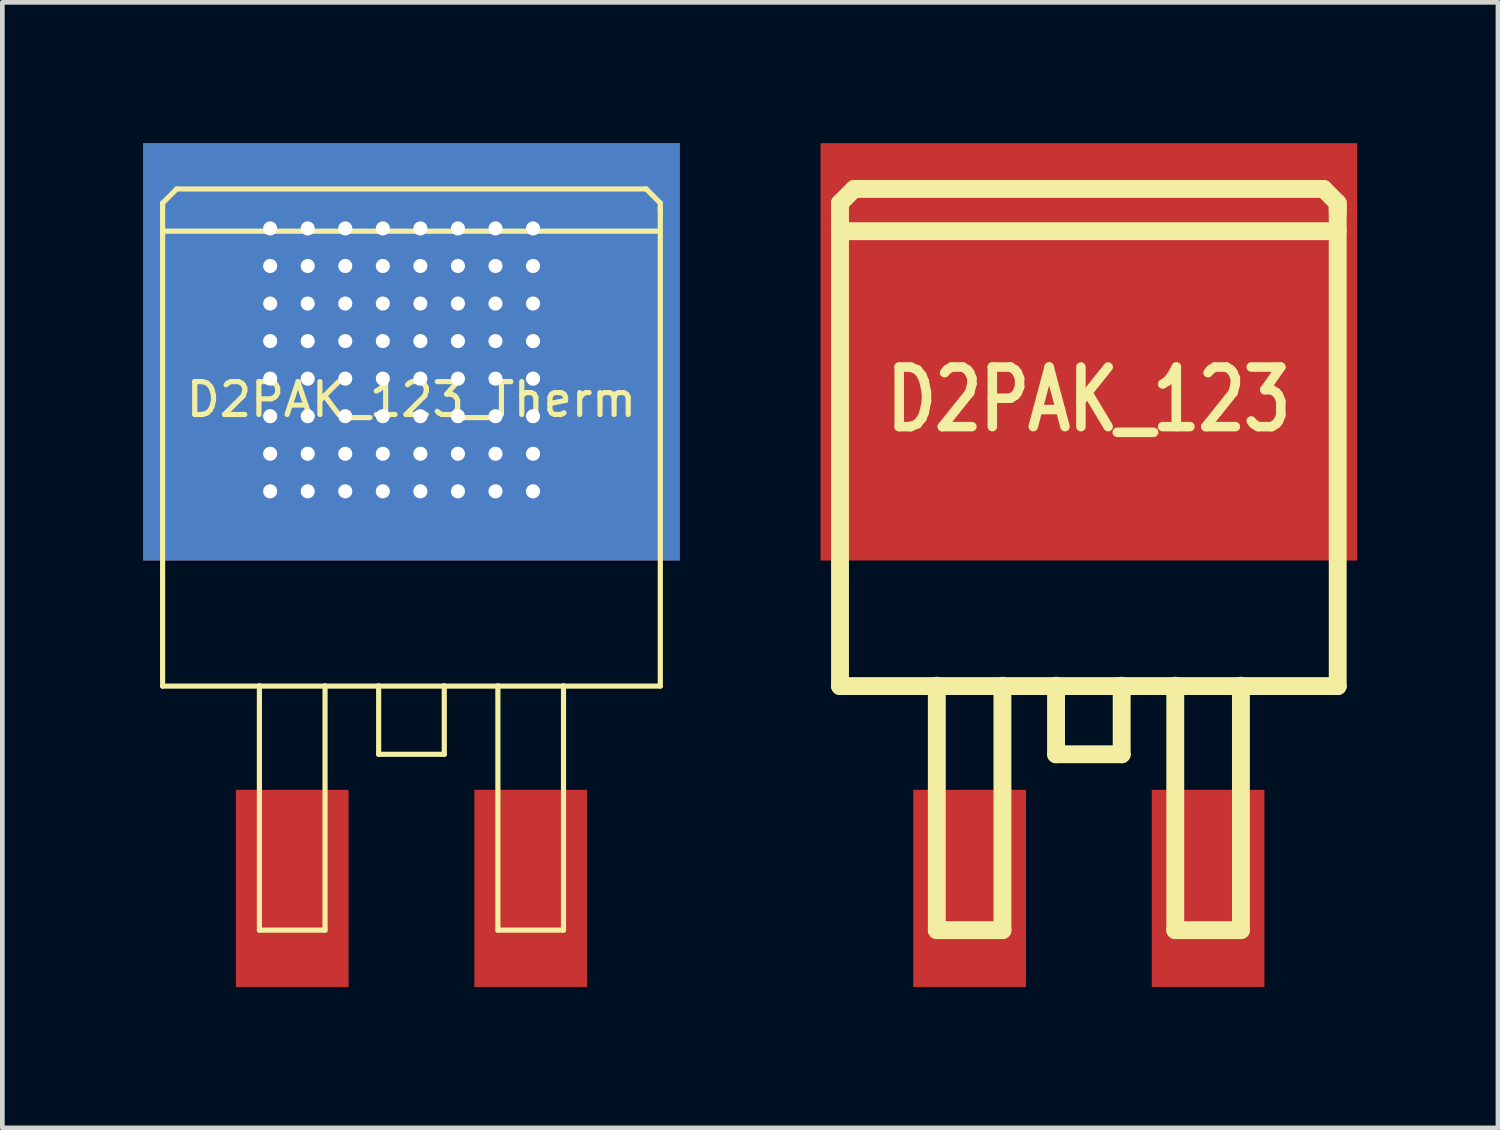
<source format=kicad_pcb>
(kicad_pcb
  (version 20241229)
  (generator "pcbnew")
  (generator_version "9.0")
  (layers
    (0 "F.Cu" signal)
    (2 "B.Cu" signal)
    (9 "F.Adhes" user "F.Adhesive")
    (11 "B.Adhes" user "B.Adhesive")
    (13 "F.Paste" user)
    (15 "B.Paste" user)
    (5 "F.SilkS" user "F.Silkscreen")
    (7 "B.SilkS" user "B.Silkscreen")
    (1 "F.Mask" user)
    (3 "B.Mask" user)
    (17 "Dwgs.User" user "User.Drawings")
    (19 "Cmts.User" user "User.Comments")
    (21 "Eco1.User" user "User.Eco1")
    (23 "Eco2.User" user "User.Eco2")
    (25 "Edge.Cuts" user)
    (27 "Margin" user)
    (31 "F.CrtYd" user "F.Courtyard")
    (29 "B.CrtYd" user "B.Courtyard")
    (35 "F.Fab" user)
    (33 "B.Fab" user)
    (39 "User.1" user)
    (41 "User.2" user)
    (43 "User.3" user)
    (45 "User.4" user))
  (footprint "D2PAK_123"
    (layer "F.Cu")
    (at 20.145 15.875)
    (property "Reference" "D2PAK_123" (at 0 -10.414 0) (layer "F.SilkS") (effects (font (size 1.27 1.016) (thickness 0.203))))
    (attr smd)
    (fp_line (start -5.301 -14.6) (end -5.001 -14.9) (stroke (width 0.381) (type solid)) (layer "F.SilkS"))
    (fp_line (start -5.301 -14.511) (end -5.301 -4.31) (stroke (width 0.381) (type solid)) (layer "F.SilkS"))
    (fp_line (start -5.301 -14.501) (end -5.301 -14.6) (stroke (width 0.381) (type solid)) (layer "F.SilkS"))
    (fp_line (start -5.301 -14) (end 5.301 -14) (stroke (width 0.381) (type solid)) (layer "F.SilkS"))
    (fp_line (start -5.301 -4.31) (end 5.301 -4.31) (stroke (width 0.381) (type solid)) (layer "F.SilkS"))
    (fp_line (start -5.001 -14.9) (end 5.001 -14.9) (stroke (width 0.381) (type solid)) (layer "F.SilkS"))
    (fp_line (start -3.239 -4.318) (end -3.239 0.889) (stroke (width 0.381) (type solid)) (layer "F.SilkS"))
    (fp_line (start -3.239 0.889) (end -1.841 0.889) (stroke (width 0.381) (type solid)) (layer "F.SilkS"))
    (fp_line (start -1.841 0.889) (end -1.841 -4.318) (stroke (width 0.381) (type solid)) (layer "F.SilkS"))
    (fp_line (start -0.699 -4.318) (end -0.699 -2.857) (stroke (width 0.381) (type solid)) (layer "F.SilkS"))
    (fp_line (start -0.699 -2.857) (end 0.699 -2.857) (stroke (width 0.381) (type solid)) (layer "F.SilkS"))
    (fp_line (start 0.699 -2.857) (end 0.699 -4.318) (stroke (width 0.381) (type solid)) (layer "F.SilkS"))
    (fp_line (start 1.841 -4.318) (end 1.841 0.889) (stroke (width 0.381) (type solid)) (layer "F.SilkS"))
    (fp_line (start 1.841 0.889) (end 3.239 0.889) (stroke (width 0.381) (type solid)) (layer "F.SilkS"))
    (fp_line (start 3.239 0.889) (end 3.239 -4.318) (stroke (width 0.381) (type solid)) (layer "F.SilkS"))
    (fp_line (start 5.001 -14.9) (end 5.301 -14.6) (stroke (width 0.381) (type solid)) (layer "F.SilkS"))
    (fp_line (start 5.301 -14.6) (end 5.301 -14.399) (stroke (width 0.381) (type solid)) (layer "F.SilkS"))
    (fp_line (start 5.301 -4.31) (end 5.301 -14.511) (stroke (width 0.381) (type solid)) (layer "F.SilkS"))
    (pad "1" smd rect (at -2.54 0) (size 2.4 4.201) (layers "F.Cu" "F.Mask" "F.Paste"))
    (pad "2" smd rect (at 0 -11.43) (size 11.43 8.89) (layers "F.Cu" "F.Mask" "F.Paste"))
    (pad "3" smd rect (at 2.54 0) (size 2.4 4.201) (layers "F.Cu" "F.Mask" "F.Paste")))
  (footprint "D2PAK_123_Therm"
    (layer "F.Cu")
    (at 5.715 15.875)
    (property "Reference" "D2PAK_123_Therm" (at 0 -10.414 180) (layer "F.SilkS") (effects (font (size 0.7 0.7) (thickness 0.11))))
    (attr smd)
    (fp_line (start -5.301 -14.6) (end -5.001 -14.9) (stroke (width 0.11) (type solid)) (layer "F.SilkS"))
    (fp_line (start -5.301 -14.511) (end -5.301 -4.31) (stroke (width 0.11) (type solid)) (layer "F.SilkS"))
    (fp_line (start -5.301 -14.501) (end -5.301 -14.6) (stroke (width 0.11) (type solid)) (layer "F.SilkS"))
    (fp_line (start -5.301 -14) (end 5.301 -14) (stroke (width 0.11) (type solid)) (layer "F.SilkS"))
    (fp_line (start -5.301 -4.31) (end 5.301 -4.31) (stroke (width 0.11) (type solid)) (layer "F.SilkS"))
    (fp_line (start -5.001 -14.9) (end 5.001 -14.9) (stroke (width 0.11) (type solid)) (layer "F.SilkS"))
    (fp_line (start -3.239 -4.318) (end -3.239 0.889) (stroke (width 0.11) (type solid)) (layer "F.SilkS"))
    (fp_line (start -3.239 0.889) (end -1.841 0.889) (stroke (width 0.11) (type solid)) (layer "F.SilkS"))
    (fp_line (start -1.841 0.889) (end -1.841 -4.318) (stroke (width 0.11) (type solid)) (layer "F.SilkS"))
    (fp_line (start -0.699 -4.318) (end -0.699 -2.857) (stroke (width 0.11) (type solid)) (layer "F.SilkS"))
    (fp_line (start -0.699 -2.857) (end 0.699 -2.857) (stroke (width 0.11) (type solid)) (layer "F.SilkS"))
    (fp_line (start 0.699 -2.857) (end 0.699 -4.318) (stroke (width 0.11) (type solid)) (layer "F.SilkS"))
    (fp_line (start 1.841 -4.318) (end 1.841 0.889) (stroke (width 0.11) (type solid)) (layer "F.SilkS"))
    (fp_line (start 1.841 0.889) (end 3.239 0.889) (stroke (width 0.11) (type solid)) (layer "F.SilkS"))
    (fp_line (start 3.239 0.889) (end 3.239 -4.318) (stroke (width 0.11) (type solid)) (layer "F.SilkS"))
    (fp_line (start 5.001 -14.9) (end 5.301 -14.6) (stroke (width 0.11) (type solid)) (layer "F.SilkS"))
    (fp_line (start 5.301 -14.6) (end 5.301 -14.399) (stroke (width 0.11) (type solid)) (layer "F.SilkS"))
    (fp_line (start 5.301 -4.31) (end 5.301 -14.511) (stroke (width 0.11) (type solid)) (layer "F.SilkS"))
    (pad "1" smd rect (at -2.54 0) (size 2.4 4.201) (layers "F.Cu" "F.Mask" "F.Paste"))
    (pad "2" thru_hole circle (at -3.01 -14.059) (size 0.6 0.6) (drill 0.3) (layers "*.Cu" "*.Mask"))
    (pad "2" thru_hole circle (at -3.01 -13.259) (size 0.6 0.6) (drill 0.3) (layers "*.Cu" "*.Mask"))
    (pad "2" thru_hole circle (at -3.01 -12.459) (size 0.6 0.6) (drill 0.3) (layers "*.Cu" "*.Mask"))
    (pad "2" thru_hole circle (at -3.01 -11.659) (size 0.6 0.6) (drill 0.3) (layers "*.Cu" "*.Mask"))
    (pad "2" thru_hole circle (at -3.01 -10.859) (size 0.6 0.6) (drill 0.3) (layers "*.Cu" "*.Mask"))
    (pad "2" thru_hole circle (at -3.01 -10.059) (size 0.6 0.6) (drill 0.3) (layers "*.Cu" "*.Mask"))
    (pad "2" thru_hole circle (at -3.01 -9.259) (size 0.6 0.6) (drill 0.3) (layers "*.Cu" "*.Mask"))
    (pad "2" thru_hole circle (at -3.01 -8.459) (size 0.6 0.6) (drill 0.3) (layers "*.Cu" "*.Mask"))
    (pad "2" thru_hole circle (at -2.21 -14.059) (size 0.6 0.6) (drill 0.3) (layers "*.Cu" "*.Mask"))
    (pad "2" thru_hole circle (at -2.21 -13.259) (size 0.6 0.6) (drill 0.3) (layers "*.Cu" "*.Mask"))
    (pad "2" thru_hole circle (at -2.21 -12.459) (size 0.6 0.6) (drill 0.3) (layers "*.Cu" "*.Mask"))
    (pad "2" thru_hole circle (at -2.21 -11.659) (size 0.6 0.6) (drill 0.3) (layers "*.Cu" "*.Mask"))
    (pad "2" thru_hole circle (at -2.21 -10.859) (size 0.6 0.6) (drill 0.3) (layers "*.Cu" "*.Mask"))
    (pad "2" thru_hole circle (at -2.21 -10.059) (size 0.6 0.6) (drill 0.3) (layers "*.Cu" "*.Mask"))
    (pad "2" thru_hole circle (at -2.21 -9.259) (size 0.6 0.6) (drill 0.3) (layers "*.Cu" "*.Mask"))
    (pad "2" thru_hole circle (at -2.21 -8.459) (size 0.6 0.6) (drill 0.3) (layers "*.Cu" "*.Mask"))
    (pad "2" thru_hole circle (at -1.41 -14.059) (size 0.6 0.6) (drill 0.3) (layers "*.Cu" "*.Mask"))
    (pad "2" thru_hole circle (at -1.41 -13.259) (size 0.6 0.6) (drill 0.3) (layers "*.Cu" "*.Mask"))
    (pad "2" thru_hole circle (at -1.41 -12.459) (size 0.6 0.6) (drill 0.3) (layers "*.Cu" "*.Mask"))
    (pad "2" thru_hole circle (at -1.41 -11.659) (size 0.6 0.6) (drill 0.3) (layers "*.Cu" "*.Mask"))
    (pad "2" thru_hole circle (at -1.41 -10.859) (size 0.6 0.6) (drill 0.3) (layers "*.Cu" "*.Mask"))
    (pad "2" thru_hole circle (at -1.41 -10.059) (size 0.6 0.6) (drill 0.3) (layers "*.Cu" "*.Mask"))
    (pad "2" thru_hole circle (at -1.41 -9.259) (size 0.6 0.6) (drill 0.3) (layers "*.Cu" "*.Mask"))
    (pad "2" thru_hole circle (at -1.41 -8.459) (size 0.6 0.6) (drill 0.3) (layers "*.Cu" "*.Mask"))
    (pad "2" thru_hole circle (at -0.61 -14.059) (size 0.6 0.6) (drill 0.3) (layers "*.Cu" "*.Mask"))
    (pad "2" thru_hole circle (at -0.61 -13.259) (size 0.6 0.6) (drill 0.3) (layers "*.Cu" "*.Mask"))
    (pad "2" thru_hole circle (at -0.61 -12.459) (size 0.6 0.6) (drill 0.3) (layers "*.Cu" "*.Mask"))
    (pad "2" thru_hole circle (at -0.61 -11.659) (size 0.6 0.6) (drill 0.3) (layers "*.Cu" "*.Mask"))
    (pad "2" thru_hole circle (at -0.61 -10.859) (size 0.6 0.6) (drill 0.3) (layers "*.Cu" "*.Mask"))
    (pad "2" thru_hole circle (at -0.61 -10.059) (size 0.6 0.6) (drill 0.3) (layers "*.Cu" "*.Mask"))
    (pad "2" thru_hole circle (at -0.61 -9.259) (size 0.6 0.6) (drill 0.3) (layers "*.Cu" "*.Mask"))
    (pad "2" thru_hole circle (at -0.61 -8.459) (size 0.6 0.6) (drill 0.3) (layers "*.Cu" "*.Mask"))
    (pad "2" smd rect (at 0 -11.43) (size 11.43 8.89) (layers "F.Cu" "F.Mask" "F.Paste"))
    (pad "2" smd rect (at 0 -11.43) (size 11.43 8.89) (layers "F.Mask" "B.Cu" "F.Paste"))
    (pad "2" thru_hole circle (at 0.19 -14.059) (size 0.6 0.6) (drill 0.3) (layers "*.Cu" "*.Mask"))
    (pad "2" thru_hole circle (at 0.19 -13.259) (size 0.6 0.6) (drill 0.3) (layers "*.Cu" "*.Mask"))
    (pad "2" thru_hole circle (at 0.19 -12.459) (size 0.6 0.6) (drill 0.3) (layers "*.Cu" "*.Mask"))
    (pad "2" thru_hole circle (at 0.19 -11.659) (size 0.6 0.6) (drill 0.3) (layers "*.Cu" "*.Mask"))
    (pad "2" thru_hole circle (at 0.19 -10.859) (size 0.6 0.6) (drill 0.3) (layers "*.Cu" "*.Mask"))
    (pad "2" thru_hole circle (at 0.19 -10.059) (size 0.6 0.6) (drill 0.3) (layers "*.Cu" "*.Mask"))
    (pad "2" thru_hole circle (at 0.19 -9.259) (size 0.6 0.6) (drill 0.3) (layers "*.Cu" "*.Mask"))
    (pad "2" thru_hole circle (at 0.19 -8.459) (size 0.6 0.6) (drill 0.3) (layers "*.Cu" "*.Mask"))
    (pad "2" thru_hole circle (at 0.99 -14.059) (size 0.6 0.6) (drill 0.3) (layers "*.Cu" "*.Mask"))
    (pad "2" thru_hole circle (at 0.99 -13.259) (size 0.6 0.6) (drill 0.3) (layers "*.Cu" "*.Mask"))
    (pad "2" thru_hole circle (at 0.99 -12.459) (size 0.6 0.6) (drill 0.3) (layers "*.Cu" "*.Mask"))
    (pad "2" thru_hole circle (at 0.99 -11.659) (size 0.6 0.6) (drill 0.3) (layers "*.Cu" "*.Mask"))
    (pad "2" thru_hole circle (at 0.99 -10.859) (size 0.6 0.6) (drill 0.3) (layers "*.Cu" "*.Mask"))
    (pad "2" thru_hole circle (at 0.99 -10.059) (size 0.6 0.6) (drill 0.3) (layers "*.Cu" "*.Mask"))
    (pad "2" thru_hole circle (at 0.99 -9.259) (size 0.6 0.6) (drill 0.3) (layers "*.Cu" "*.Mask"))
    (pad "2" thru_hole circle (at 0.99 -8.459) (size 0.6 0.6) (drill 0.3) (layers "*.Cu" "*.Mask"))
    (pad "2" thru_hole circle (at 1.79 -14.059) (size 0.6 0.6) (drill 0.3) (layers "*.Cu" "*.Mask"))
    (pad "2" thru_hole circle (at 1.79 -13.259) (size 0.6 0.6) (drill 0.3) (layers "*.Cu" "*.Mask"))
    (pad "2" thru_hole circle (at 1.79 -12.459) (size 0.6 0.6) (drill 0.3) (layers "*.Cu" "*.Mask"))
    (pad "2" thru_hole circle (at 1.79 -11.659) (size 0.6 0.6) (drill 0.3) (layers "*.Cu" "*.Mask"))
    (pad "2" thru_hole circle (at 1.79 -10.859) (size 0.6 0.6) (drill 0.3) (layers "*.Cu" "*.Mask"))
    (pad "2" thru_hole circle (at 1.79 -10.059) (size 0.6 0.6) (drill 0.3) (layers "*.Cu" "*.Mask"))
    (pad "2" thru_hole circle (at 1.79 -9.259) (size 0.6 0.6) (drill 0.3) (layers "*.Cu" "*.Mask"))
    (pad "2" thru_hole circle (at 1.79 -8.459) (size 0.6 0.6) (drill 0.3) (layers "*.Cu" "*.Mask"))
    (pad "2" thru_hole circle (at 2.59 -14.059) (size 0.6 0.6) (drill 0.3) (layers "*.Cu" "*.Mask"))
    (pad "2" thru_hole circle (at 2.59 -13.259) (size 0.6 0.6) (drill 0.3) (layers "*.Cu" "*.Mask"))
    (pad "2" thru_hole circle (at 2.59 -12.459) (size 0.6 0.6) (drill 0.3) (layers "*.Cu" "*.Mask"))
    (pad "2" thru_hole circle (at 2.59 -11.659) (size 0.6 0.6) (drill 0.3) (layers "*.Cu" "*.Mask"))
    (pad "2" thru_hole circle (at 2.59 -10.859) (size 0.6 0.6) (drill 0.3) (layers "*.Cu" "*.Mask"))
    (pad "2" thru_hole circle (at 2.59 -10.059) (size 0.6 0.6) (drill 0.3) (layers "*.Cu" "*.Mask"))
    (pad "2" thru_hole circle (at 2.59 -9.259) (size 0.6 0.6) (drill 0.3) (layers "*.Cu" "*.Mask"))
    (pad "2" thru_hole circle (at 2.59 -8.459) (size 0.6 0.6) (drill 0.3) (layers "*.Cu" "*.Mask"))
    (pad "3" smd rect (at 2.54 0) (size 2.4 4.201) (layers "F.Cu" "F.Mask" "F.Paste")))
  (gr_rect
    (start -3 -3)
    (end 28.86 20.976)
    (stroke (width 0.1) (type default))
    (fill no)
    (layer "Edge.Cuts")))
</source>
